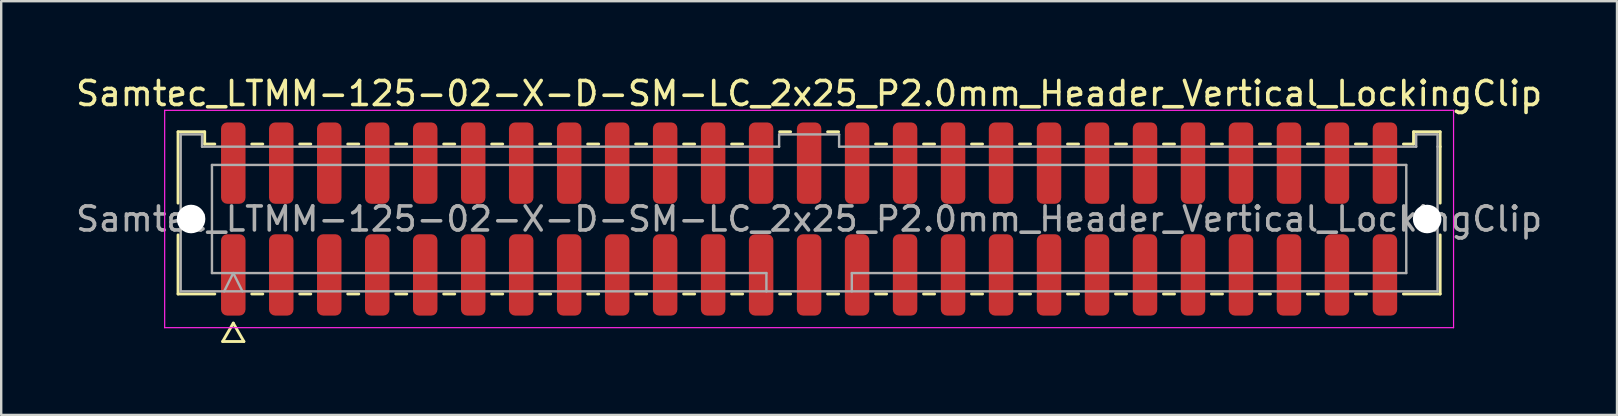
<source format=kicad_pcb>
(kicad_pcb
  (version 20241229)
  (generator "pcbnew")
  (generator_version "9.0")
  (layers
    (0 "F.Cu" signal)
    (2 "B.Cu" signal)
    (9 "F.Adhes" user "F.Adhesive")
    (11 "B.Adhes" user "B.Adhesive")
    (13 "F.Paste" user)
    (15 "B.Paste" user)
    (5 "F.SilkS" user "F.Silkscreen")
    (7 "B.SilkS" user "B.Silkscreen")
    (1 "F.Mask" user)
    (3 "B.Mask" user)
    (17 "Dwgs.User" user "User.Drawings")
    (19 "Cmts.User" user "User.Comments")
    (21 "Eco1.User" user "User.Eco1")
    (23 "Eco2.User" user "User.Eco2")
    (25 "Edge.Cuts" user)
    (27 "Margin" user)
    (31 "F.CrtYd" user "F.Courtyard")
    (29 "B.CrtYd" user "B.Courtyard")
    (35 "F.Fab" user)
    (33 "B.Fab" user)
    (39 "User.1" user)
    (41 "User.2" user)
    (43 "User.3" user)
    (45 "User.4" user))
  (footprint "Samtec_LTMM-125-02-X-D-SM-LC_2x25_P2.0mm_Header_Vertical_LockingClip"
    (layer "F.Cu")
    (at 30.673 6.078)
    (property "Reference" "Samtec_LTMM-125-02-X-D-SM-LC_2x25_P2.0mm_Header_Vertical_LockingClip" (at 0 -5.23 0) (layer "F.SilkS") (effects (font (size 1 1) (thickness 0.15))))
    (attr smd)
    (fp_line (start -26.302 -3.635) (end -25.192 -3.635) (stroke (width 0.12) (type solid)) (layer "F.SilkS"))
    (fp_line (start -26.302 -0.662) (end -26.302 -3.635) (stroke (width 0.12) (type solid)) (layer "F.SilkS"))
    (fp_line (start -26.302 3.125) (end -26.302 0.662) (stroke (width 0.12) (type solid)) (layer "F.SilkS"))
    (fp_line (start -25.192 -3.635) (end -25.192 -3.125) (stroke (width 0.12) (type solid)) (layer "F.SilkS"))
    (fp_line (start -25.192 -3.125) (end -24.77 -3.125) (stroke (width 0.12) (type solid)) (layer "F.SilkS"))
    (fp_line (start -24.77 3.125) (end -26.302 3.125) (stroke (width 0.12) (type solid)) (layer "F.SilkS"))
    (fp_line (start -24.442 5.105) (end -24 4.34) (stroke (width 0.12) (type solid)) (layer "F.SilkS"))
    (fp_line (start -24 4.34) (end -23.558 5.105) (stroke (width 0.12) (type solid)) (layer "F.SilkS"))
    (fp_line (start -23.558 5.105) (end -24.442 5.105) (stroke (width 0.12) (type solid)) (layer "F.SilkS"))
    (fp_line (start -23.23 -3.125) (end -22.77 -3.125) (stroke (width 0.12) (type solid)) (layer "F.SilkS"))
    (fp_line (start -22.77 3.125) (end -23.23 3.125) (stroke (width 0.12) (type solid)) (layer "F.SilkS"))
    (fp_line (start -21.23 -3.125) (end -20.77 -3.125) (stroke (width 0.12) (type solid)) (layer "F.SilkS"))
    (fp_line (start -20.77 3.125) (end -21.23 3.125) (stroke (width 0.12) (type solid)) (layer "F.SilkS"))
    (fp_line (start -19.23 -3.125) (end -18.77 -3.125) (stroke (width 0.12) (type solid)) (layer "F.SilkS"))
    (fp_line (start -18.77 3.125) (end -19.23 3.125) (stroke (width 0.12) (type solid)) (layer "F.SilkS"))
    (fp_line (start -17.23 -3.125) (end -16.77 -3.125) (stroke (width 0.12) (type solid)) (layer "F.SilkS"))
    (fp_line (start -16.77 3.125) (end -17.23 3.125) (stroke (width 0.12) (type solid)) (layer "F.SilkS"))
    (fp_line (start -15.23 -3.125) (end -14.77 -3.125) (stroke (width 0.12) (type solid)) (layer "F.SilkS"))
    (fp_line (start -14.77 3.125) (end -15.23 3.125) (stroke (width 0.12) (type solid)) (layer "F.SilkS"))
    (fp_line (start -13.23 -3.125) (end -12.77 -3.125) (stroke (width 0.12) (type solid)) (layer "F.SilkS"))
    (fp_line (start -12.77 3.125) (end -13.23 3.125) (stroke (width 0.12) (type solid)) (layer "F.SilkS"))
    (fp_line (start -11.23 -3.125) (end -10.77 -3.125) (stroke (width 0.12) (type solid)) (layer "F.SilkS"))
    (fp_line (start -10.77 3.125) (end -11.23 3.125) (stroke (width 0.12) (type solid)) (layer "F.SilkS"))
    (fp_line (start -9.23 -3.125) (end -8.77 -3.125) (stroke (width 0.12) (type solid)) (layer "F.SilkS"))
    (fp_line (start -8.77 3.125) (end -9.23 3.125) (stroke (width 0.12) (type solid)) (layer "F.SilkS"))
    (fp_line (start -7.23 -3.125) (end -6.77 -3.125) (stroke (width 0.12) (type solid)) (layer "F.SilkS"))
    (fp_line (start -6.77 3.125) (end -7.23 3.125) (stroke (width 0.12) (type solid)) (layer "F.SilkS"))
    (fp_line (start -5.23 -3.125) (end -4.77 -3.125) (stroke (width 0.12) (type solid)) (layer "F.SilkS"))
    (fp_line (start -4.77 3.125) (end -5.23 3.125) (stroke (width 0.12) (type solid)) (layer "F.SilkS"))
    (fp_line (start -3.23 -3.125) (end -2.77 -3.125) (stroke (width 0.12) (type solid)) (layer "F.SilkS"))
    (fp_line (start -2.77 3.125) (end -3.23 3.125) (stroke (width 0.12) (type solid)) (layer "F.SilkS"))
    (fp_line (start -1.23 -3.635) (end -0.77 -3.635) (stroke (width 0.12) (type solid)) (layer "F.SilkS"))
    (fp_line (start -0.77 3.125) (end -1.23 3.125) (stroke (width 0.12) (type solid)) (layer "F.SilkS"))
    (fp_line (start 0.77 -3.635) (end 1.23 -3.635) (stroke (width 0.12) (type solid)) (layer "F.SilkS"))
    (fp_line (start 1.23 3.125) (end 0.77 3.125) (stroke (width 0.12) (type solid)) (layer "F.SilkS"))
    (fp_line (start 2.77 -3.125) (end 3.23 -3.125) (stroke (width 0.12) (type solid)) (layer "F.SilkS"))
    (fp_line (start 3.23 3.125) (end 2.77 3.125) (stroke (width 0.12) (type solid)) (layer "F.SilkS"))
    (fp_line (start 4.77 -3.125) (end 5.23 -3.125) (stroke (width 0.12) (type solid)) (layer "F.SilkS"))
    (fp_line (start 5.23 3.125) (end 4.77 3.125) (stroke (width 0.12) (type solid)) (layer "F.SilkS"))
    (fp_line (start 6.77 -3.125) (end 7.23 -3.125) (stroke (width 0.12) (type solid)) (layer "F.SilkS"))
    (fp_line (start 7.23 3.125) (end 6.77 3.125) (stroke (width 0.12) (type solid)) (layer "F.SilkS"))
    (fp_line (start 8.77 -3.125) (end 9.23 -3.125) (stroke (width 0.12) (type solid)) (layer "F.SilkS"))
    (fp_line (start 9.23 3.125) (end 8.77 3.125) (stroke (width 0.12) (type solid)) (layer "F.SilkS"))
    (fp_line (start 10.77 -3.125) (end 11.23 -3.125) (stroke (width 0.12) (type solid)) (layer "F.SilkS"))
    (fp_line (start 11.23 3.125) (end 10.77 3.125) (stroke (width 0.12) (type solid)) (layer "F.SilkS"))
    (fp_line (start 12.77 -3.125) (end 13.23 -3.125) (stroke (width 0.12) (type solid)) (layer "F.SilkS"))
    (fp_line (start 13.23 3.125) (end 12.77 3.125) (stroke (width 0.12) (type solid)) (layer "F.SilkS"))
    (fp_line (start 14.77 -3.125) (end 15.23 -3.125) (stroke (width 0.12) (type solid)) (layer "F.SilkS"))
    (fp_line (start 15.23 3.125) (end 14.77 3.125) (stroke (width 0.12) (type solid)) (layer "F.SilkS"))
    (fp_line (start 16.77 -3.125) (end 17.23 -3.125) (stroke (width 0.12) (type solid)) (layer "F.SilkS"))
    (fp_line (start 17.23 3.125) (end 16.77 3.125) (stroke (width 0.12) (type solid)) (layer "F.SilkS"))
    (fp_line (start 18.77 -3.125) (end 19.23 -3.125) (stroke (width 0.12) (type solid)) (layer "F.SilkS"))
    (fp_line (start 19.23 3.125) (end 18.77 3.125) (stroke (width 0.12) (type solid)) (layer "F.SilkS"))
    (fp_line (start 20.77 -3.125) (end 21.23 -3.125) (stroke (width 0.12) (type solid)) (layer "F.SilkS"))
    (fp_line (start 21.23 3.125) (end 20.77 3.125) (stroke (width 0.12) (type solid)) (layer "F.SilkS"))
    (fp_line (start 22.77 -3.125) (end 23.23 -3.125) (stroke (width 0.12) (type solid)) (layer "F.SilkS"))
    (fp_line (start 23.23 3.125) (end 22.77 3.125) (stroke (width 0.12) (type solid)) (layer "F.SilkS"))
    (fp_line (start 24.77 -3.125) (end 25.192 -3.125) (stroke (width 0.12) (type solid)) (layer "F.SilkS"))
    (fp_line (start 25.192 -3.635) (end 26.302 -3.635) (stroke (width 0.12) (type solid)) (layer "F.SilkS"))
    (fp_line (start 25.192 -3.125) (end 25.192 -3.635) (stroke (width 0.12) (type solid)) (layer "F.SilkS"))
    (fp_line (start 26.302 -3.635) (end 26.302 -3.015) (stroke (width 0.12) (type solid)) (layer "F.SilkS"))
    (fp_line (start 26.302 -3.015) (end 26.302 -0.662) (stroke (width 0.12) (type solid)) (layer "F.SilkS"))
    (fp_line (start 26.302 0.662) (end 26.302 3.125) (stroke (width 0.12) (type solid)) (layer "F.SilkS"))
    (fp_line (start 26.302 3.125) (end 24.77 3.125) (stroke (width 0.12) (type solid)) (layer "F.SilkS"))
    (fp_line (start -26.86 -4.53) (end -26.86 4.53) (stroke (width 0.05) (type solid)) (layer "F.CrtYd"))
    (fp_line (start -26.86 4.53) (end 26.86 4.53) (stroke (width 0.05) (type solid)) (layer "F.CrtYd"))
    (fp_line (start 26.86 -4.53) (end -26.86 -4.53) (stroke (width 0.05) (type solid)) (layer "F.CrtYd"))
    (fp_line (start 26.86 4.53) (end 26.86 -4.53) (stroke (width 0.05) (type solid)) (layer "F.CrtYd"))
    (fp_line (start -26.192 -3.525) (end -25.302 -3.525) (stroke (width 0.1) (type solid)) (layer "F.Fab"))
    (fp_line (start -26.192 3.015) (end -26.192 -3.525) (stroke (width 0.1) (type solid)) (layer "F.Fab"))
    (fp_line (start -25.302 -3.525) (end -25.302 -3.015) (stroke (width 0.1) (type solid)) (layer "F.Fab"))
    (fp_line (start -25.302 -3.015) (end -1.25 -3.015) (stroke (width 0.1) (type solid)) (layer "F.Fab"))
    (fp_line (start -24.889 -2.253) (end 24.889 -2.253) (stroke (width 0.1) (type solid)) (layer "F.Fab"))
    (fp_line (start -24.889 2.253) (end -24.889 -2.253) (stroke (width 0.1) (type solid)) (layer "F.Fab"))
    (fp_line (start -24.381 3.015) (end -24 2.253) (stroke (width 0.1) (type solid)) (layer "F.Fab"))
    (fp_line (start -24 2.253) (end -23.619 3.015) (stroke (width 0.1) (type solid)) (layer "F.Fab"))
    (fp_line (start -1.78 2.253) (end -24.889 2.253) (stroke (width 0.1) (type solid)) (layer "F.Fab"))
    (fp_line (start -1.78 3.015) (end -1.78 2.253) (stroke (width 0.1) (type solid)) (layer "F.Fab"))
    (fp_line (start -1.25 -3.525) (end 1.25 -3.525) (stroke (width 0.1) (type solid)) (layer "F.Fab"))
    (fp_line (start -1.25 -3.015) (end -1.25 -3.525) (stroke (width 0.1) (type solid)) (layer "F.Fab"))
    (fp_line (start 1.25 -3.525) (end 1.25 -3.015) (stroke (width 0.1) (type solid)) (layer "F.Fab"))
    (fp_line (start 1.25 -3.015) (end 25.302 -3.015) (stroke (width 0.1) (type solid)) (layer "F.Fab"))
    (fp_line (start 1.78 2.253) (end 1.78 3.015) (stroke (width 0.1) (type solid)) (layer "F.Fab"))
    (fp_line (start 24.889 -2.253) (end 24.889 2.253) (stroke (width 0.1) (type solid)) (layer "F.Fab"))
    (fp_line (start 24.889 2.253) (end 1.78 2.253) (stroke (width 0.1) (type solid)) (layer "F.Fab"))
    (fp_line (start 25.302 -3.525) (end 26.192 -3.525) (stroke (width 0.1) (type solid)) (layer "F.Fab"))
    (fp_line (start 25.302 -3.015) (end 25.302 -3.525) (stroke (width 0.1) (type solid)) (layer "F.Fab"))
    (fp_line (start 26.192 -3.525) (end 26.192 -3.015) (stroke (width 0.1) (type solid)) (layer "F.Fab"))
    (fp_line (start 26.192 -3.015) (end 26.192 3.015) (stroke (width 0.1) (type solid)) (layer "F.Fab"))
    (fp_line (start 26.192 3.015) (end -26.192 3.015) (stroke (width 0.1) (type solid)) (layer "F.Fab"))
    (fp_text user "${REFERENCE}" (at 0 0 0) (layer "F.Fab") (effects (font (size 1 1) (thickness 0.15))))
    (pad "" np_thru_hole circle (at -25.76 0) (size 1.19 1.19) (drill 1.19) (layers "*.Cu" "*.Mask"))
    (pad "" np_thru_hole circle (at 25.76 0) (size 1.19 1.19) (drill 1.19) (layers "*.Cu" "*.Mask"))
    (pad "1" smd roundrect (at -24 2.33) (size 1.02 3.39) (layers "F.Cu" "F.Mask" "F.Paste") (roundrect_rratio 0.25))
    (pad "2" smd roundrect (at -24 -2.33) (size 1.02 3.39) (layers "F.Cu" "F.Mask" "F.Paste") (roundrect_rratio 0.25))
    (pad "3" smd roundrect (at -22 2.33) (size 1.02 3.39) (layers "F.Cu" "F.Mask" "F.Paste") (roundrect_rratio 0.25))
    (pad "4" smd roundrect (at -22 -2.33) (size 1.02 3.39) (layers "F.Cu" "F.Mask" "F.Paste") (roundrect_rratio 0.25))
    (pad "5" smd roundrect (at -20 2.33) (size 1.02 3.39) (layers "F.Cu" "F.Mask" "F.Paste") (roundrect_rratio 0.25))
    (pad "6" smd roundrect (at -20 -2.33) (size 1.02 3.39) (layers "F.Cu" "F.Mask" "F.Paste") (roundrect_rratio 0.25))
    (pad "7" smd roundrect (at -18 2.33) (size 1.02 3.39) (layers "F.Cu" "F.Mask" "F.Paste") (roundrect_rratio 0.25))
    (pad "8" smd roundrect (at -18 -2.33) (size 1.02 3.39) (layers "F.Cu" "F.Mask" "F.Paste") (roundrect_rratio 0.25))
    (pad "9" smd roundrect (at -16 2.33) (size 1.02 3.39) (layers "F.Cu" "F.Mask" "F.Paste") (roundrect_rratio 0.25))
    (pad "10" smd roundrect (at -16 -2.33) (size 1.02 3.39) (layers "F.Cu" "F.Mask" "F.Paste") (roundrect_rratio 0.25))
    (pad "11" smd roundrect (at -14 2.33) (size 1.02 3.39) (layers "F.Cu" "F.Mask" "F.Paste") (roundrect_rratio 0.25))
    (pad "12" smd roundrect (at -14 -2.33) (size 1.02 3.39) (layers "F.Cu" "F.Mask" "F.Paste") (roundrect_rratio 0.25))
    (pad "13" smd roundrect (at -12 2.33) (size 1.02 3.39) (layers "F.Cu" "F.Mask" "F.Paste") (roundrect_rratio 0.25))
    (pad "14" smd roundrect (at -12 -2.33) (size 1.02 3.39) (layers "F.Cu" "F.Mask" "F.Paste") (roundrect_rratio 0.25))
    (pad "15" smd roundrect (at -10 2.33) (size 1.02 3.39) (layers "F.Cu" "F.Mask" "F.Paste") (roundrect_rratio 0.25))
    (pad "16" smd roundrect (at -10 -2.33) (size 1.02 3.39) (layers "F.Cu" "F.Mask" "F.Paste") (roundrect_rratio 0.25))
    (pad "17" smd roundrect (at -8 2.33) (size 1.02 3.39) (layers "F.Cu" "F.Mask" "F.Paste") (roundrect_rratio 0.25))
    (pad "18" smd roundrect (at -8 -2.33) (size 1.02 3.39) (layers "F.Cu" "F.Mask" "F.Paste") (roundrect_rratio 0.25))
    (pad "19" smd roundrect (at -6 2.33) (size 1.02 3.39) (layers "F.Cu" "F.Mask" "F.Paste") (roundrect_rratio 0.25))
    (pad "20" smd roundrect (at -6 -2.33) (size 1.02 3.39) (layers "F.Cu" "F.Mask" "F.Paste") (roundrect_rratio 0.25))
    (pad "21" smd roundrect (at -4 2.33) (size 1.02 3.39) (layers "F.Cu" "F.Mask" "F.Paste") (roundrect_rratio 0.25))
    (pad "22" smd roundrect (at -4 -2.33) (size 1.02 3.39) (layers "F.Cu" "F.Mask" "F.Paste") (roundrect_rratio 0.25))
    (pad "23" smd roundrect (at -2 2.33) (size 1.02 3.39) (layers "F.Cu" "F.Mask" "F.Paste") (roundrect_rratio 0.25))
    (pad "24" smd roundrect (at -2 -2.33) (size 1.02 3.39) (layers "F.Cu" "F.Mask" "F.Paste") (roundrect_rratio 0.25))
    (pad "25" smd roundrect (at 0 2.33) (size 1.02 3.39) (layers "F.Cu" "F.Mask" "F.Paste") (roundrect_rratio 0.25))
    (pad "26" smd roundrect (at 0 -2.33) (size 1.02 3.39) (layers "F.Cu" "F.Mask" "F.Paste") (roundrect_rratio 0.25))
    (pad "27" smd roundrect (at 2 2.33) (size 1.02 3.39) (layers "F.Cu" "F.Mask" "F.Paste") (roundrect_rratio 0.25))
    (pad "28" smd roundrect (at 2 -2.33) (size 1.02 3.39) (layers "F.Cu" "F.Mask" "F.Paste") (roundrect_rratio 0.25))
    (pad "29" smd roundrect (at 4 2.33) (size 1.02 3.39) (layers "F.Cu" "F.Mask" "F.Paste") (roundrect_rratio 0.25))
    (pad "30" smd roundrect (at 4 -2.33) (size 1.02 3.39) (layers "F.Cu" "F.Mask" "F.Paste") (roundrect_rratio 0.25))
    (pad "31" smd roundrect (at 6 2.33) (size 1.02 3.39) (layers "F.Cu" "F.Mask" "F.Paste") (roundrect_rratio 0.25))
    (pad "32" smd roundrect (at 6 -2.33) (size 1.02 3.39) (layers "F.Cu" "F.Mask" "F.Paste") (roundrect_rratio 0.25))
    (pad "33" smd roundrect (at 8 2.33) (size 1.02 3.39) (layers "F.Cu" "F.Mask" "F.Paste") (roundrect_rratio 0.25))
    (pad "34" smd roundrect (at 8 -2.33) (size 1.02 3.39) (layers "F.Cu" "F.Mask" "F.Paste") (roundrect_rratio 0.25))
    (pad "35" smd roundrect (at 10 2.33) (size 1.02 3.39) (layers "F.Cu" "F.Mask" "F.Paste") (roundrect_rratio 0.25))
    (pad "36" smd roundrect (at 10 -2.33) (size 1.02 3.39) (layers "F.Cu" "F.Mask" "F.Paste") (roundrect_rratio 0.25))
    (pad "37" smd roundrect (at 12 2.33) (size 1.02 3.39) (layers "F.Cu" "F.Mask" "F.Paste") (roundrect_rratio 0.25))
    (pad "38" smd roundrect (at 12 -2.33) (size 1.02 3.39) (layers "F.Cu" "F.Mask" "F.Paste") (roundrect_rratio 0.25))
    (pad "39" smd roundrect (at 14 2.33) (size 1.02 3.39) (layers "F.Cu" "F.Mask" "F.Paste") (roundrect_rratio 0.25))
    (pad "40" smd roundrect (at 14 -2.33) (size 1.02 3.39) (layers "F.Cu" "F.Mask" "F.Paste") (roundrect_rratio 0.25))
    (pad "41" smd roundrect (at 16 2.33) (size 1.02 3.39) (layers "F.Cu" "F.Mask" "F.Paste") (roundrect_rratio 0.25))
    (pad "42" smd roundrect (at 16 -2.33) (size 1.02 3.39) (layers "F.Cu" "F.Mask" "F.Paste") (roundrect_rratio 0.25))
    (pad "43" smd roundrect (at 18 2.33) (size 1.02 3.39) (layers "F.Cu" "F.Mask" "F.Paste") (roundrect_rratio 0.25))
    (pad "44" smd roundrect (at 18 -2.33) (size 1.02 3.39) (layers "F.Cu" "F.Mask" "F.Paste") (roundrect_rratio 0.25))
    (pad "45" smd roundrect (at 20 2.33) (size 1.02 3.39) (layers "F.Cu" "F.Mask" "F.Paste") (roundrect_rratio 0.25))
    (pad "46" smd roundrect (at 20 -2.33) (size 1.02 3.39) (layers "F.Cu" "F.Mask" "F.Paste") (roundrect_rratio 0.25))
    (pad "47" smd roundrect (at 22 2.33) (size 1.02 3.39) (layers "F.Cu" "F.Mask" "F.Paste") (roundrect_rratio 0.25))
    (pad "48" smd roundrect (at 22 -2.33) (size 1.02 3.39) (layers "F.Cu" "F.Mask" "F.Paste") (roundrect_rratio 0.25))
    (pad "49" smd roundrect (at 24 2.33) (size 1.02 3.39) (layers "F.Cu" "F.Mask" "F.Paste") (roundrect_rratio 0.25))
    (pad "50" smd roundrect (at 24 -2.33) (size 1.02 3.39) (layers "F.Cu" "F.Mask" "F.Paste") (roundrect_rratio 0.25)))
  (gr_rect
    (start -3 -3)
    (end 64.345 14.243)
    (stroke (width 0.1) (type default))
    (fill no)
    (layer "Edge.Cuts")))
</source>
